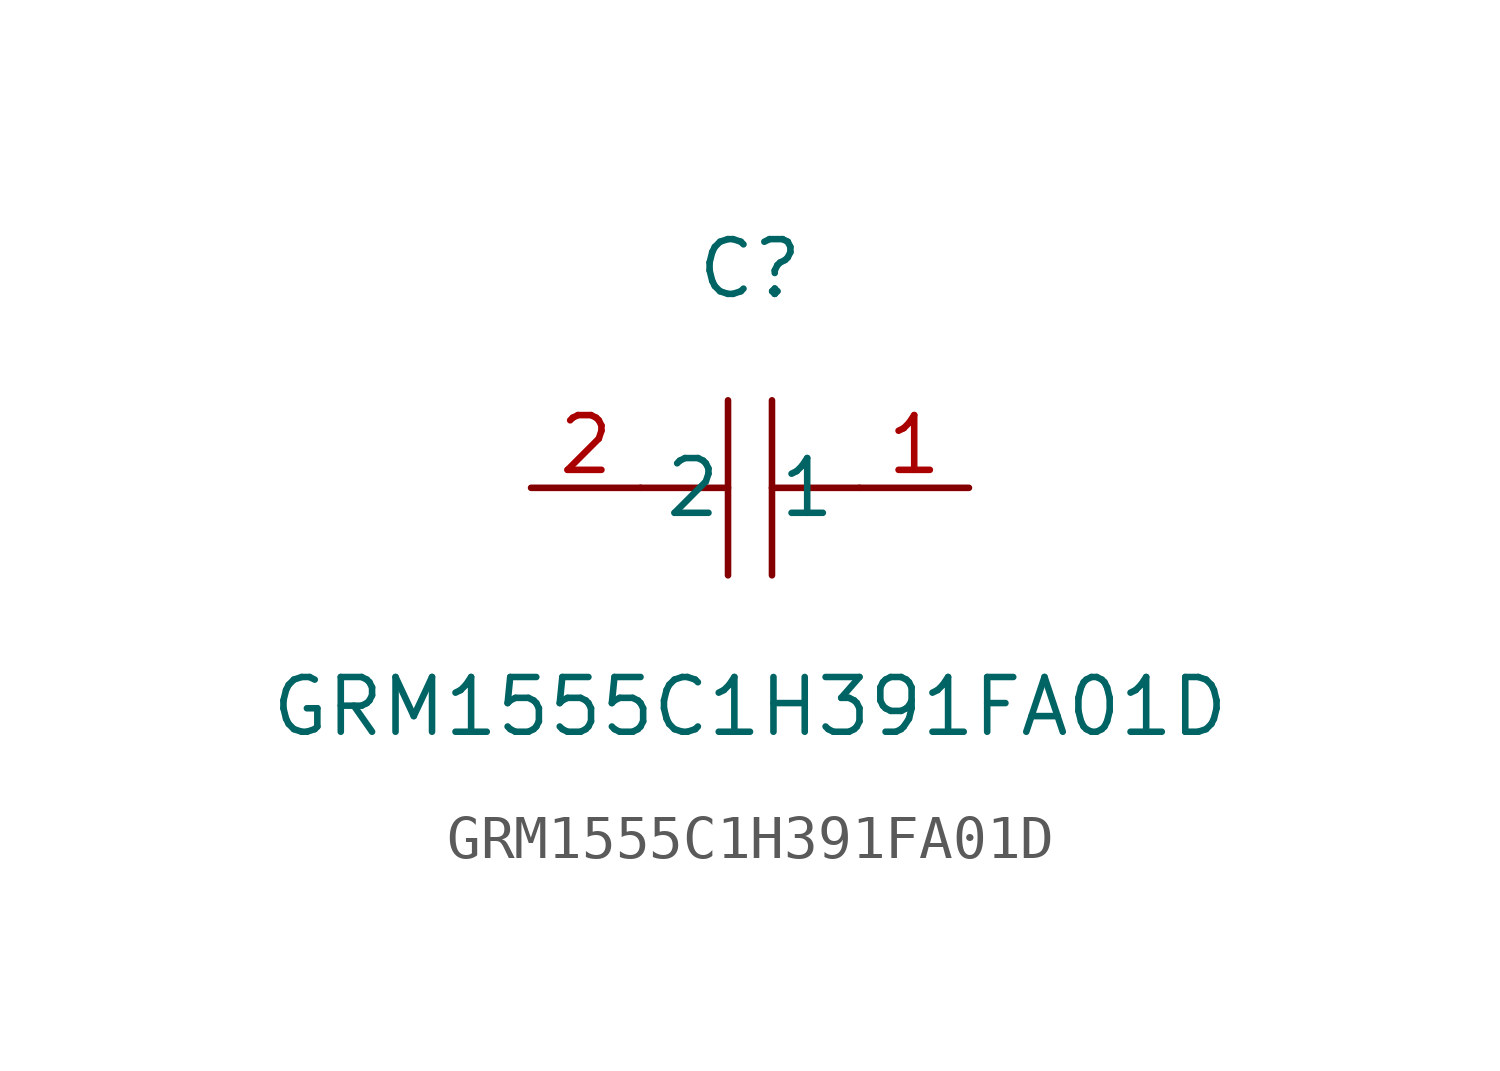
<source format=kicad_sym>
(kicad_symbol_lib
  (version 1)
  (generator "faebryk")
  (symbol "GRM1555C1H391FA01D"
    (property "Reference" "C"
      (at 0 5.08 0)
      (effects (font (size 1.27 1.27)) (hide no)))
    (property "Value" "GRM1555C1H391FA01D"
      (at 0 -5.08 0)
      (effects (font (size 1.27 1.27)) (hide no)))
    (symbol "GRM1555C1H391FA01D_0_1"
      (polyline (stroke (width 0) (type default) (color 0 0 0 0)) (fill (type none)) (pts (xy 0.51 2.03) (xy 0.51 -2.03)))
      (polyline (stroke (width 0) (type default) (color 0 0 0 0)) (fill (type none)) (pts (xy -2.54 0) (xy -0.51 0)))
      (polyline (stroke (width 0) (type default) (color 0 0 0 0)) (fill (type none)) (pts (xy -0.51 -2.03) (xy -0.51 2.03)))
      (polyline (stroke (width 0) (type default) (color 0 0 0 0)) (fill (type none)) (pts (xy 0.51 0) (xy 2.54 0)))
      (pin unspecified line (at 5.08 0 180) (length 2.54) (name "1" (effects (font (size 1.27 1.27)) (hide no))) (number "1" (effects (font (size 1.27 1.27)) (hide no))))
      (pin unspecified line (at -5.08 0 0) (length 2.54) (name "2" (effects (font (size 1.27 1.27)) (hide no))) (number "2" (effects (font (size 1.27 1.27)) (hide no)))))))
</source>
